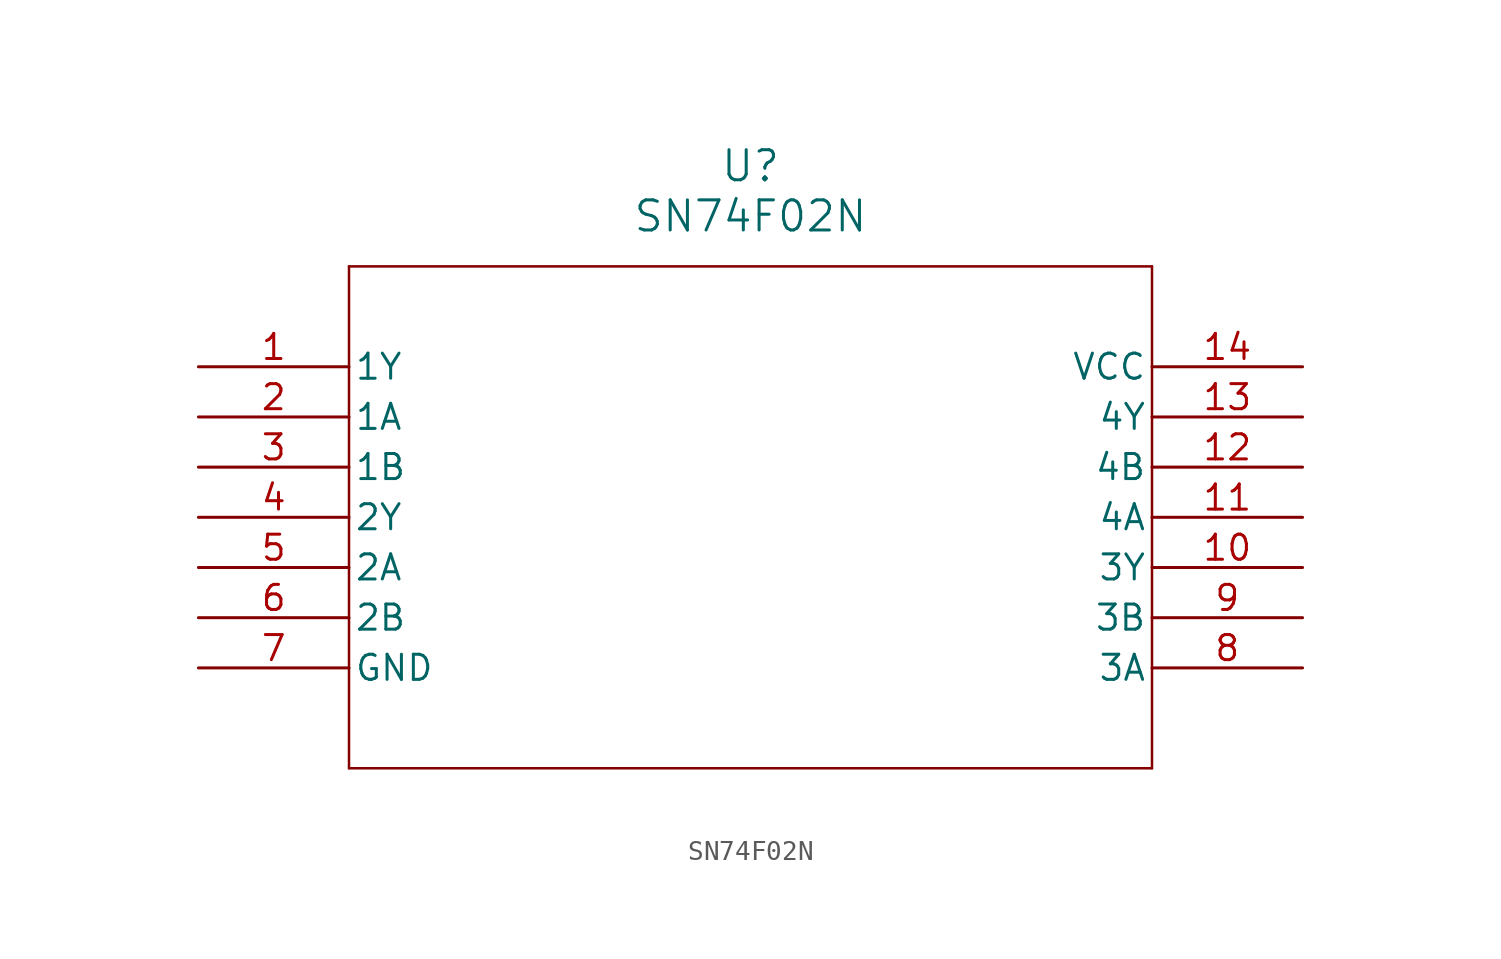
<source format=kicad_sym>
(kicad_symbol_lib
  (version 20211014)
  (generator kicad_symbol_editor)
  (symbol "SN74F02N"
    (pin_names
      (offset 0.254))
    (property "Reference" "U"
      (at 27.94 10.16 0)
      (effects (font (size 1.524 1.524))))
    (property "Value" "SN74F02N"
      (at 27.94 7.62 0)
      (effects (font (size 1.524 1.524))))
    (symbol "SN74F02N_0_1"
      (polyline (pts (xy 7.62 5.08) (xy 7.62 -20.32)) (stroke (width 0.127) (type default) (color 0 0 0 0)) (fill (type none)))
      (polyline (pts (xy 7.62 -20.32) (xy 48.26 -20.32)) (stroke (width 0.127) (type default) (color 0 0 0 0)) (fill (type none)))
      (polyline (pts (xy 48.26 -20.32) (xy 48.26 5.08)) (stroke (width 0.127) (type default) (color 0 0 0 0)) (fill (type none)))
      (polyline (pts (xy 48.26 5.08) (xy 7.62 5.08)) (stroke (width 0.127) (type default) (color 0 0 0 0)) (fill (type none)))
      (pin output line (at 0 0 0) (length 7.62) (name "1Y" (effects (font (size 1.27 1.27)))) (number "1" (effects (font (size 1.27 1.27)))))
      (pin input line (at 0 -2.54 0) (length 7.62) (name "1A" (effects (font (size 1.27 1.27)))) (number "2" (effects (font (size 1.27 1.27)))))
      (pin input line (at 0 -5.08 0) (length 7.62) (name "1B" (effects (font (size 1.27 1.27)))) (number "3" (effects (font (size 1.27 1.27)))))
      (pin output line (at 0 -7.62 0) (length 7.62) (name "2Y" (effects (font (size 1.27 1.27)))) (number "4" (effects (font (size 1.27 1.27)))))
      (pin input line (at 0 -10.16 0) (length 7.62) (name "2A" (effects (font (size 1.27 1.27)))) (number "5" (effects (font (size 1.27 1.27)))))
      (pin input line (at 0 -12.7 0) (length 7.62) (name "2B" (effects (font (size 1.27 1.27)))) (number "6" (effects (font (size 1.27 1.27)))))
      (pin power_in line (at 0 -15.24 0) (length 7.62) (name "GND" (effects (font (size 1.27 1.27)))) (number "7" (effects (font (size 1.27 1.27)))))
      (pin input line (at 55.88 -15.24 180) (length 7.62) (name "3A" (effects (font (size 1.27 1.27)))) (number "8" (effects (font (size 1.27 1.27)))))
      (pin input line (at 55.88 -12.7 180) (length 7.62) (name "3B" (effects (font (size 1.27 1.27)))) (number "9" (effects (font (size 1.27 1.27)))))
      (pin output line (at 55.88 -10.16 180) (length 7.62) (name "3Y" (effects (font (size 1.27 1.27)))) (number "10" (effects (font (size 1.27 1.27)))))
      (pin input line (at 55.88 -7.62 180) (length 7.62) (name "4A" (effects (font (size 1.27 1.27)))) (number "11" (effects (font (size 1.27 1.27)))))
      (pin input line (at 55.88 -5.08 180) (length 7.62) (name "4B" (effects (font (size 1.27 1.27)))) (number "12" (effects (font (size 1.27 1.27)))))
      (pin output line (at 55.88 -2.54 180) (length 7.62) (name "4Y" (effects (font (size 1.27 1.27)))) (number "13" (effects (font (size 1.27 1.27)))))
      (pin power_in line (at 55.88 0 180) (length 7.62) (name "VCC" (effects (font (size 1.27 1.27)))) (number "14" (effects (font (size 1.27 1.27))))))))
</source>
